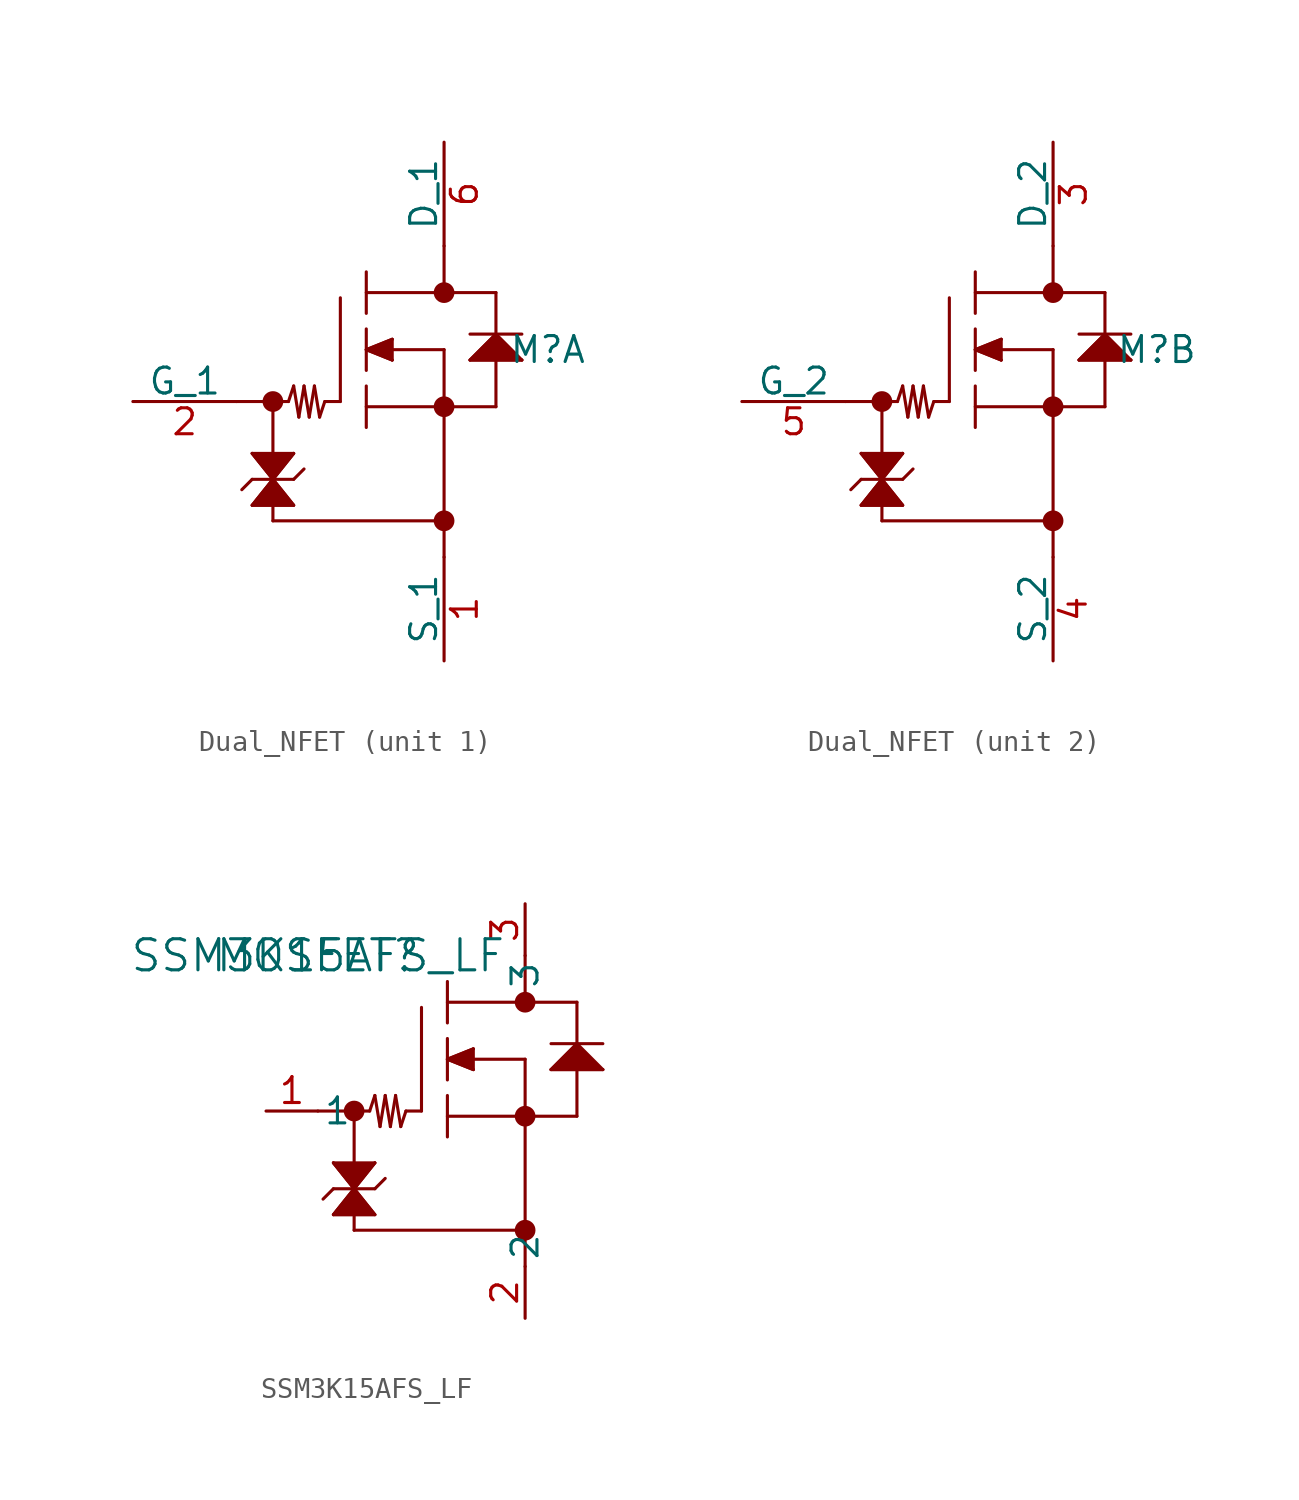
<source format=kicad_sym>
(kicad_symbol_lib
  (version 20220914)
  (generator kicad_symbol_editor)
  (symbol "Dual_NFET"
    (pin_names
      (offset 0))
    (property "Reference" "M"
      (at 6.35 0 0)
      (effects (font (size 1.27 1.27))))
    (property "Value" ""
      (at 6.35 0 0)
      (effects (font (size 1.27 1.27))))
    (property "ki_locked" ""
      (at 0 0 0)
      (effects (font (size 1.27 1.27))))
    (symbol "Dual_NFET_0_1"
      (circle (center -7.112 -2.54) (radius 0.254) (stroke (width 0.508) (type default)) (fill (type none)))
      (polyline (pts (xy -8.89 -2.54) (xy -6.35 -2.54)) (stroke (width 0.152) (type default)) (fill (type none)))
      (polyline (pts (xy -8.128 -7.62) (xy -6.096 -7.62)) (stroke (width 0.152) (type default)) (fill (type none)))
      (polyline (pts (xy -8.128 -6.35) (xy -8.636 -6.858)) (stroke (width 0.152) (type default)) (fill (type none)))
      (polyline (pts (xy -8.128 -6.35) (xy -6.096 -6.35)) (stroke (width 0.152) (type default)) (fill (type none)))
      (polyline (pts (xy -8.128 -5.08) (xy -7.112 -6.35)) (stroke (width 0.152) (type default)) (fill (type none)))
      (polyline (pts (xy -7.112 -8.382) (xy 1.27 -8.382)) (stroke (width 0.152) (type default)) (fill (type none)))
      (polyline (pts (xy -7.112 -7.62) (xy -7.112 -8.382)) (stroke (width 0.152) (type default)) (fill (type none)))
      (polyline (pts (xy -7.112 -6.35) (xy -8.128 -7.62)) (stroke (width 0.152) (type default)) (fill (type none)))
      (polyline (pts (xy -7.112 -6.35) (xy -6.096 -5.08)) (stroke (width 0.152) (type default)) (fill (type none)))
      (polyline (pts (xy -7.112 -2.54) (xy -7.112 -5.08)) (stroke (width 0.152) (type default)) (fill (type none)))
      (polyline (pts (xy -6.096 -7.62) (xy -7.112 -6.35)) (stroke (width 0.152) (type default)) (fill (type none)))
      (polyline (pts (xy -6.096 -6.35) (xy -5.588 -5.842)) (stroke (width 0.152) (type default)) (fill (type none)))
      (polyline (pts (xy -6.096 -5.08) (xy -8.128 -5.08)) (stroke (width 0.152) (type default)) (fill (type none)))
      (polyline (pts (xy -6.096 -1.778) (xy -6.35 -2.54)) (stroke (width 0.152) (type default)) (fill (type none)))
      (polyline (pts (xy -5.842 -3.302) (xy -6.096 -1.778)) (stroke (width 0.152) (type default)) (fill (type none)))
      (polyline (pts (xy -5.588 -1.778) (xy -5.842 -3.302)) (stroke (width 0.152) (type default)) (fill (type none)))
      (polyline (pts (xy -5.334 -3.302) (xy -5.588 -1.778)) (stroke (width 0.152) (type default)) (fill (type none)))
      (polyline (pts (xy -5.08 -1.778) (xy -5.334 -3.302)) (stroke (width 0.152) (type default)) (fill (type none)))
      (polyline (pts (xy -4.826 -3.302) (xy -5.08 -1.778)) (stroke (width 0.152) (type default)) (fill (type none)))
      (polyline (pts (xy -4.572 -2.54) (xy -4.826 -3.302)) (stroke (width 0.152) (type default)) (fill (type none)))
      (polyline (pts (xy -3.81 -2.54) (xy -4.572 -2.54)) (stroke (width 0.152) (type default)) (fill (type none)))
      (polyline (pts (xy -3.81 -2.54) (xy -3.81 2.54)) (stroke (width 0.152) (type default)) (fill (type none)))
      (polyline (pts (xy -2.54 -3.81) (xy -2.54 -1.778)) (stroke (width 0.152) (type default)) (fill (type none)))
      (polyline (pts (xy -2.54 -2.794) (xy 3.81 -2.794)) (stroke (width 0.152) (type default)) (fill (type none)))
      (polyline (pts (xy -2.54 -1.016) (xy -2.54 1.016)) (stroke (width 0.152) (type default)) (fill (type none)))
      (polyline (pts (xy -2.54 0) (xy -1.27 0.508)) (stroke (width 0.152) (type default)) (fill (type none)))
      (polyline (pts (xy -2.54 1.778) (xy -2.54 3.81)) (stroke (width 0.152) (type default)) (fill (type none)))
      (polyline (pts (xy -1.27 -0.508) (xy -2.54 0)) (stroke (width 0.152) (type default)) (fill (type none)))
      (polyline (pts (xy -1.27 0) (xy 1.27 0)) (stroke (width 0.152) (type default)) (fill (type none)))
      (polyline (pts (xy -1.27 0.508) (xy -1.27 -0.508)) (stroke (width 0.152) (type default)) (fill (type none)))
      (polyline (pts (xy 1.27 0) (xy 1.27 -10.16)) (stroke (width 0.152) (type default)) (fill (type none)))
      (polyline (pts (xy 1.27 5.08) (xy 1.27 2.794)) (stroke (width 0.152) (type default)) (fill (type none)))
      (polyline (pts (xy 2.54 -0.508) (xy 5.08 -0.508)) (stroke (width 0.152) (type default)) (fill (type none)))
      (polyline (pts (xy 2.54 0.762) (xy 5.08 0.762)) (stroke (width 0.152) (type default)) (fill (type none)))
      (polyline (pts (xy 3.81 -2.794) (xy 3.81 -0.508)) (stroke (width 0.152) (type default)) (fill (type none)))
      (polyline (pts (xy 3.81 0.762) (xy 2.54 -0.508)) (stroke (width 0.152) (type default)) (fill (type none)))
      (polyline (pts (xy 3.81 0.762) (xy 3.81 2.794)) (stroke (width 0.152) (type default)) (fill (type none)))
      (polyline (pts (xy 3.81 2.794) (xy -2.54 2.794)) (stroke (width 0.152) (type default)) (fill (type none)))
      (polyline (pts (xy 5.08 -0.508) (xy 3.81 0.762)) (stroke (width 0.152) (type default)) (fill (type none)))
      (polyline (pts (xy -1.27 0.508) (xy -2.54 0) (xy -1.27 -0.508)) (stroke (width 0) (type default)) (fill (type outline)))
      (polyline (pts (xy 3.81 0.762) (xy 2.54 -0.508) (xy 5.08 -0.508)) (stroke (width 0) (type default)) (fill (type outline)))
      (polyline (pts (xy -8.128 -5.08) (xy -7.112 -6.35) (xy -8.128 -7.62) (xy -6.096 -7.62) (xy -7.112 -6.35) (xy -6.096 -5.08)) (stroke (width 0) (type default)) (fill (type outline)))
      (circle (center 1.27 -8.382) (radius 0.254) (stroke (width 0.508) (type default)) (fill (type none)))
      (circle (center 1.27 -2.794) (radius 0.254) (stroke (width 0.508) (type default)) (fill (type none)))
      (circle (center 1.27 2.794) (radius 0.254) (stroke (width 0.508) (type default)) (fill (type none))))
    (symbol "Dual_NFET_1_1"
      (pin bidirectional line (at 1.27 -15.24 90) (length 5.08) (name "S_1" (effects (font (size 1.27 1.27)))) (number "1" (effects (font (size 1.27 1.27)))))
      (pin input line (at -13.97 -2.54 0) (length 5.08) (name "G_1" (effects (font (size 1.27 1.27)))) (number "2" (effects (font (size 1.27 1.27)))))
      (pin bidirectional line (at 1.27 10.16 270) (length 5.08) (name "D_1" (effects (font (size 1.27 1.27)))) (number "6" (effects (font (size 1.27 1.27))))))
    (symbol "Dual_NFET_2_1"
      (pin bidirectional line (at 1.27 10.16 270) (length 5.08) (name "D_2" (effects (font (size 1.27 1.27)))) (number "3" (effects (font (size 1.27 1.27)))))
      (pin bidirectional line (at 1.27 -15.24 90) (length 5.08) (name "S_2" (effects (font (size 1.27 1.27)))) (number "4" (effects (font (size 1.27 1.27)))))
      (pin input line (at -13.97 -2.54 0) (length 5.08) (name "G_2" (effects (font (size 1.27 1.27)))) (number "5" (effects (font (size 1.27 1.27)))))))
  (symbol "SSM3K15AFS_LF"
    (pin_names
      (offset 0.254))
    (property "Reference" "MOSFET"
      (at 0 0 0)
      (effects (font (size 1.524 1.524))))
    (property "Value" "SSM3K15AFS_LF"
      (at 0 0 0)
      (effects (font (size 1.524 1.524))))
    (property "ki_locked" ""
      (at 0 0 0)
      (effects (font (size 1.27 1.27))))
    (symbol "SSM3K15AFS_LF_0_1"
      (polyline (pts (xy 0 -7.62) (xy 2.54 -7.62)) (stroke (width 0.152) (type default)) (fill (type none)))
      (polyline (pts (xy 0.762 -12.7) (xy 2.794 -12.7)) (stroke (width 0.152) (type default)) (fill (type none)))
      (polyline (pts (xy 0.762 -11.43) (xy 0.254 -11.938)) (stroke (width 0.152) (type default)) (fill (type none)))
      (polyline (pts (xy 0.762 -11.43) (xy 2.794 -11.43)) (stroke (width 0.152) (type default)) (fill (type none)))
      (polyline (pts (xy 0.762 -10.16) (xy 1.778 -11.43)) (stroke (width 0.152) (type default)) (fill (type none)))
      (polyline (pts (xy 1.778 -13.462) (xy 10.16 -13.462)) (stroke (width 0.152) (type default)) (fill (type none)))
      (polyline (pts (xy 1.778 -12.7) (xy 1.778 -13.462)) (stroke (width 0.152) (type default)) (fill (type none)))
      (polyline (pts (xy 1.778 -11.43) (xy 0.762 -12.7)) (stroke (width 0.152) (type default)) (fill (type none)))
      (polyline (pts (xy 1.778 -11.43) (xy 2.794 -10.16)) (stroke (width 0.152) (type default)) (fill (type none)))
      (polyline (pts (xy 1.778 -7.62) (xy 1.778 -10.16)) (stroke (width 0.152) (type default)) (fill (type none)))
      (polyline (pts (xy 2.794 -12.7) (xy 1.778 -11.43)) (stroke (width 0.152) (type default)) (fill (type none)))
      (polyline (pts (xy 2.794 -11.43) (xy 3.302 -10.922)) (stroke (width 0.152) (type default)) (fill (type none)))
      (polyline (pts (xy 2.794 -10.16) (xy 0.762 -10.16)) (stroke (width 0.152) (type default)) (fill (type none)))
      (polyline (pts (xy 2.794 -6.858) (xy 2.54 -7.62)) (stroke (width 0.152) (type default)) (fill (type none)))
      (polyline (pts (xy 3.048 -8.382) (xy 2.794 -6.858)) (stroke (width 0.152) (type default)) (fill (type none)))
      (polyline (pts (xy 3.302 -6.858) (xy 3.048 -8.382)) (stroke (width 0.152) (type default)) (fill (type none)))
      (polyline (pts (xy 3.556 -8.382) (xy 3.302 -6.858)) (stroke (width 0.152) (type default)) (fill (type none)))
      (polyline (pts (xy 3.81 -6.858) (xy 3.556 -8.382)) (stroke (width 0.152) (type default)) (fill (type none)))
      (polyline (pts (xy 4.064 -8.382) (xy 3.81 -6.858)) (stroke (width 0.152) (type default)) (fill (type none)))
      (polyline (pts (xy 4.318 -7.62) (xy 4.064 -8.382)) (stroke (width 0.152) (type default)) (fill (type none)))
      (polyline (pts (xy 5.08 -7.62) (xy 4.318 -7.62)) (stroke (width 0.152) (type default)) (fill (type none)))
      (polyline (pts (xy 5.08 -7.62) (xy 5.08 -2.54)) (stroke (width 0.152) (type default)) (fill (type none)))
      (polyline (pts (xy 6.35 -8.89) (xy 6.35 -6.858)) (stroke (width 0.152) (type default)) (fill (type none)))
      (polyline (pts (xy 6.35 -7.874) (xy 12.7 -7.874)) (stroke (width 0.152) (type default)) (fill (type none)))
      (polyline (pts (xy 6.35 -6.096) (xy 6.35 -4.064)) (stroke (width 0.152) (type default)) (fill (type none)))
      (polyline (pts (xy 6.35 -5.08) (xy 7.62 -4.572)) (stroke (width 0.152) (type default)) (fill (type none)))
      (polyline (pts (xy 6.35 -3.302) (xy 6.35 -1.27)) (stroke (width 0.152) (type default)) (fill (type none)))
      (polyline (pts (xy 7.62 -5.588) (xy 6.35 -5.08)) (stroke (width 0.152) (type default)) (fill (type none)))
      (polyline (pts (xy 7.62 -5.08) (xy 10.16 -5.08)) (stroke (width 0.152) (type default)) (fill (type none)))
      (polyline (pts (xy 7.62 -4.572) (xy 7.62 -5.588)) (stroke (width 0.152) (type default)) (fill (type none)))
      (polyline (pts (xy 10.16 -5.08) (xy 10.16 -15.24)) (stroke (width 0.152) (type default)) (fill (type none)))
      (polyline (pts (xy 10.16 0) (xy 10.16 -2.286)) (stroke (width 0.152) (type default)) (fill (type none)))
      (polyline (pts (xy 11.43 -5.588) (xy 13.97 -5.588)) (stroke (width 0.152) (type default)) (fill (type none)))
      (polyline (pts (xy 11.43 -4.318) (xy 13.97 -4.318)) (stroke (width 0.152) (type default)) (fill (type none)))
      (polyline (pts (xy 12.7 -7.874) (xy 12.7 -5.588)) (stroke (width 0.152) (type default)) (fill (type none)))
      (polyline (pts (xy 12.7 -4.318) (xy 11.43 -5.588)) (stroke (width 0.152) (type default)) (fill (type none)))
      (polyline (pts (xy 12.7 -4.318) (xy 12.7 -2.286)) (stroke (width 0.152) (type default)) (fill (type none)))
      (polyline (pts (xy 12.7 -2.286) (xy 6.35 -2.286)) (stroke (width 0.152) (type default)) (fill (type none)))
      (polyline (pts (xy 13.97 -5.588) (xy 12.7 -4.318)) (stroke (width 0.152) (type default)) (fill (type none)))
      (polyline (pts (xy 7.62 -4.572) (xy 6.35 -5.08) (xy 7.62 -5.588)) (stroke (width 0) (type default)) (fill (type outline)))
      (polyline (pts (xy 12.7 -4.318) (xy 11.43 -5.588) (xy 13.97 -5.588)) (stroke (width 0) (type default)) (fill (type outline)))
      (polyline (pts (xy 0.762 -10.16) (xy 1.778 -11.43) (xy 0.762 -12.7) (xy 2.794 -12.7) (xy 1.778 -11.43) (xy 2.794 -10.16)) (stroke (width 0) (type default)) (fill (type outline)))
      (circle (center 1.778 -7.62) (radius 0.254) (stroke (width 0.508) (type default)) (fill (type none)))
      (circle (center 10.16 -13.462) (radius 0.254) (stroke (width 0.508) (type default)) (fill (type none)))
      (circle (center 10.16 -7.874) (radius 0.254) (stroke (width 0.508) (type default)) (fill (type none)))
      (circle (center 10.16 -2.286) (radius 0.254) (stroke (width 0.508) (type default)) (fill (type none)))
      (pin unspecified line (at -2.54 -7.62 0) (length 2.54) (name "1" (effects (font (size 1.27 1.27)))) (number "1" (effects (font (size 1.27 1.27)))))
      (pin unspecified line (at 10.16 -17.78 90) (length 2.54) (name "2" (effects (font (size 1.27 1.27)))) (number "2" (effects (font (size 1.27 1.27)))))
      (pin unspecified line (at 10.16 2.54 270) (length 2.54) (name "3" (effects (font (size 1.27 1.27)))) (number "3" (effects (font (size 1.27 1.27))))))))
</source>
